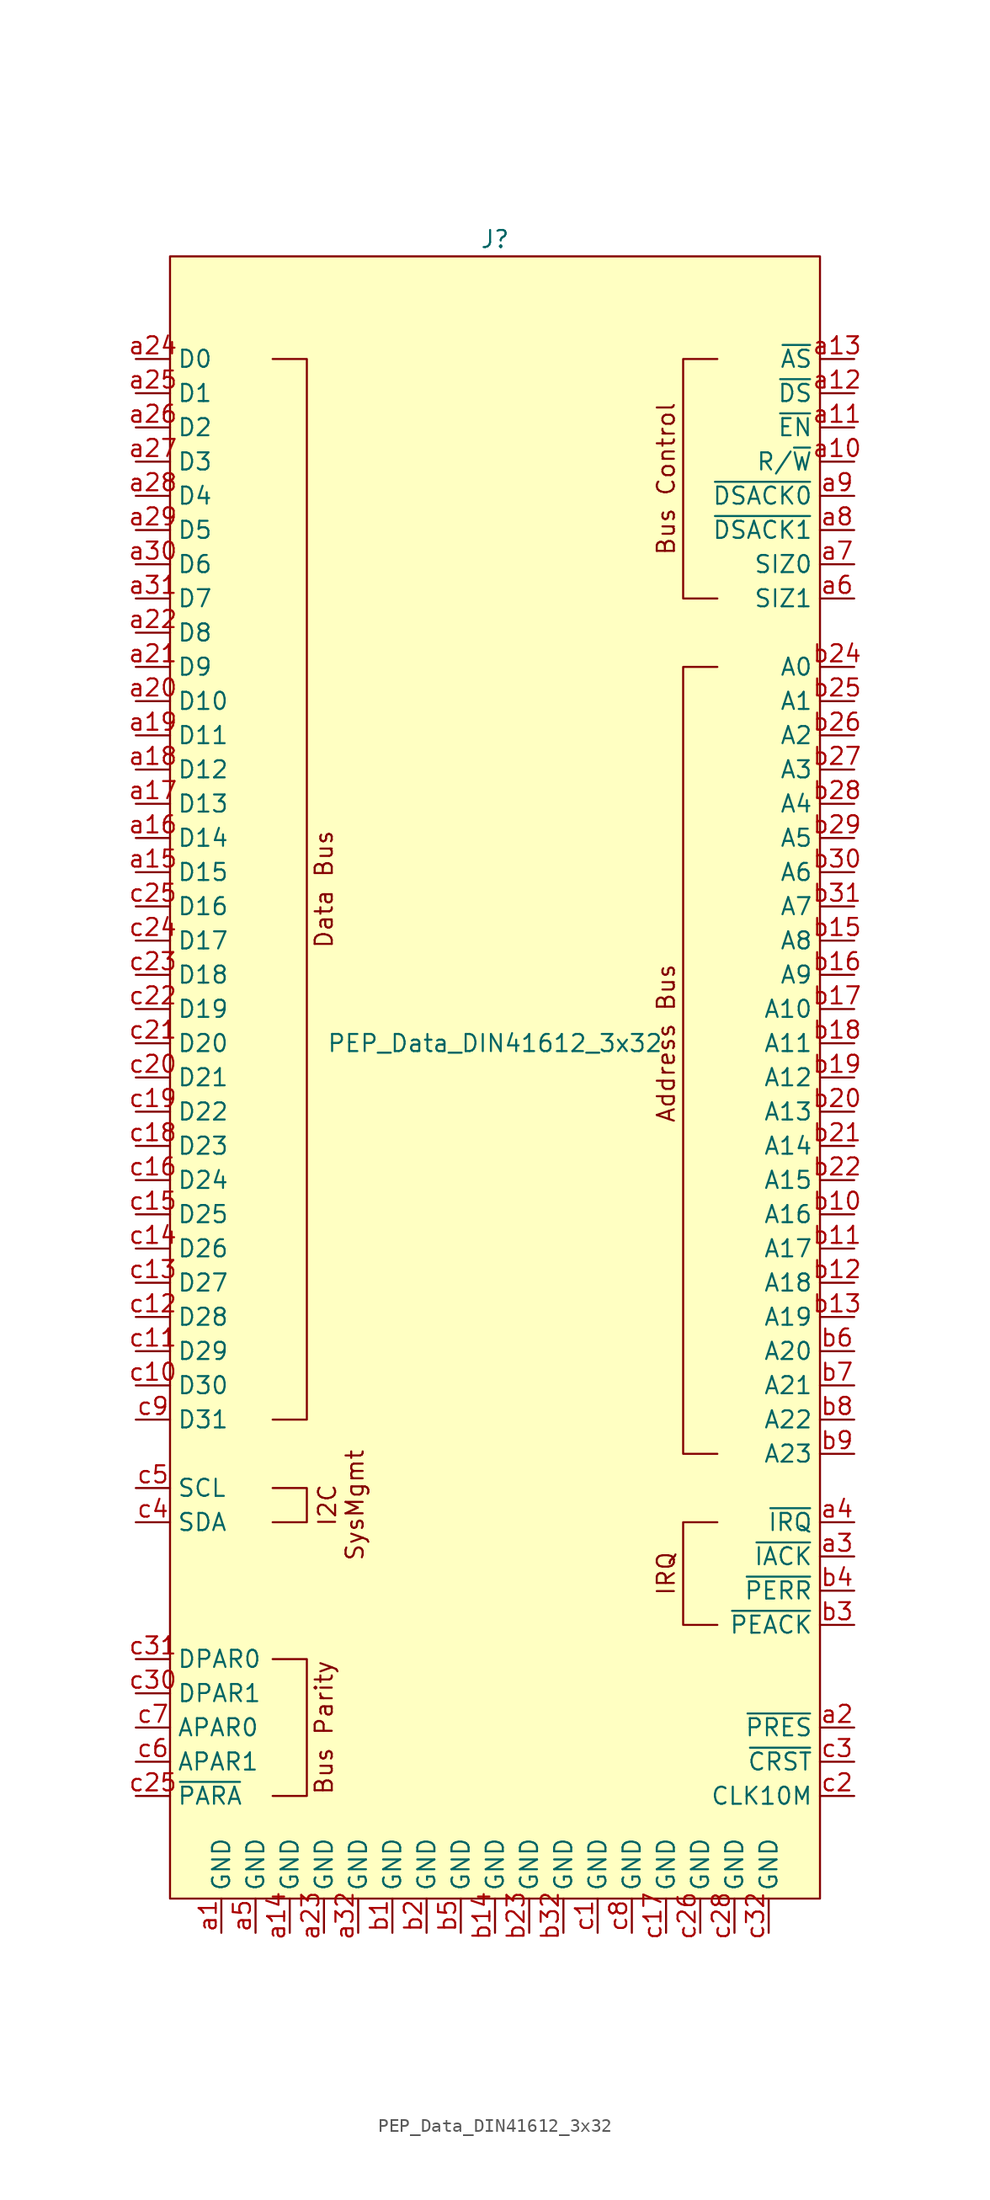
<source format=kicad_sym>
(kicad_symbol_lib
  (version 20220914)
  (generator kicad_symbol_editor)
  (symbol "PEP_Data_DIN41612_3x32"
    (property "Reference" "J"
      (at 0 59.69 0)
      (effects (font (size 1.27 1.27))))
    (property "Value" "PEP_Data_DIN41612_3x32"
      (at 0 0 0)
      (effects (font (size 1.27 1.27))))
    (symbol "PEP_Data_DIN41612_3x32_0_1"
      (polyline (pts (xy -16.51 50.8) (xy -13.97 50.8) (xy -13.97 -27.94) (xy -16.51 -27.94)) (stroke (width 0) (type default)) (fill (type none))))
    (symbol "PEP_Data_DIN41612_3x32_1_1"
      (rectangle (start -24.13 58.42) (end 24.13 -63.5) (stroke (width 0) (type default)) (fill (type background)))
      (polyline (pts (xy -16.51 -45.72) (xy -13.97 -45.72) (xy -13.97 -55.88) (xy -16.51 -55.88)) (stroke (width 0) (type default)) (fill (type none)))
      (polyline (pts (xy -16.51 -33.02) (xy -13.97 -33.02) (xy -13.97 -35.56) (xy -16.51 -35.56)) (stroke (width 0) (type default)) (fill (type none)))
      (polyline (pts (xy 16.51 -35.56) (xy 13.97 -35.56) (xy 13.97 -43.18) (xy 16.51 -43.18)) (stroke (width 0) (type default)) (fill (type none)))
      (polyline (pts (xy 16.51 27.94) (xy 13.97 27.94) (xy 13.97 -30.48) (xy 16.51 -30.48)) (stroke (width 0) (type default)) (fill (type none)))
      (polyline (pts (xy 16.51 50.8) (xy 13.97 50.8) (xy 13.97 33.02) (xy 16.51 33.02)) (stroke (width 0) (type default)) (fill (type none)))
      (text "Address Bus" (at 12.7 0 900) (effects (font (size 1.27 1.27))))
      (text "Bus Control" (at 12.7 41.91 900) (effects (font (size 1.27 1.27))))
      (text "Bus Parity" (at -12.7 -50.8 900) (effects (font (size 1.27 1.27))))
      (text "Data Bus" (at -12.7 11.43 900) (effects (font (size 1.27 1.27))))
      (text "I2C\nSysMgmt" (at -11.43 -34.29 900) (effects (font (size 1.27 1.27))))
      (text "IRQ" (at 12.7 -39.37 900) (effects (font (size 1.27 1.27))))
      (pin power_in line (at -20.32 -66.04 90) (length 2.54) (name "GND" (effects (font (size 1.27 1.27)))) (number "a1" (effects (font (size 1.27 1.27)))))
      (pin input line (at 26.67 43.18 180) (length 2.54) (name "R/~{W}" (effects (font (size 1.27 1.27)))) (number "a10" (effects (font (size 1.27 1.27)))))
      (pin input line (at 26.67 45.72 180) (length 2.54) (name "~{EN}" (effects (font (size 1.27 1.27)))) (number "a11" (effects (font (size 1.27 1.27)))))
      (pin input line (at 26.67 48.26 180) (length 2.54) (name "~{DS}" (effects (font (size 1.27 1.27)))) (number "a12" (effects (font (size 1.27 1.27)))))
      (pin input line (at 26.67 50.8 180) (length 2.54) (name "~{AS}" (effects (font (size 1.27 1.27)))) (number "a13" (effects (font (size 1.27 1.27)))))
      (pin power_in line (at -15.24 -66.04 90) (length 2.54) (name "GND" (effects (font (size 1.27 1.27)))) (number "a14" (effects (font (size 1.27 1.27)))))
      (pin bidirectional line (at -26.67 12.7 0) (length 2.54) (name "D15" (effects (font (size 1.27 1.27)))) (number "a15" (effects (font (size 1.27 1.27)))))
      (pin bidirectional line (at -26.67 15.24 0) (length 2.54) (name "D14" (effects (font (size 1.27 1.27)))) (number "a16" (effects (font (size 1.27 1.27)))))
      (pin bidirectional line (at -26.67 17.78 0) (length 2.54) (name "D13" (effects (font (size 1.27 1.27)))) (number "a17" (effects (font (size 1.27 1.27)))))
      (pin bidirectional line (at -26.67 20.32 0) (length 2.54) (name "D12" (effects (font (size 1.27 1.27)))) (number "a18" (effects (font (size 1.27 1.27)))))
      (pin bidirectional line (at -26.67 22.86 0) (length 2.54) (name "D11" (effects (font (size 1.27 1.27)))) (number "a19" (effects (font (size 1.27 1.27)))))
      (pin output line (at 26.67 -50.8 180) (length 2.54) (name "~{PRES}" (effects (font (size 1.27 1.27)))) (number "a2" (effects (font (size 1.27 1.27)))))
      (pin bidirectional line (at -26.67 25.4 0) (length 2.54) (name "D10" (effects (font (size 1.27 1.27)))) (number "a20" (effects (font (size 1.27 1.27)))))
      (pin bidirectional line (at -26.67 27.94 0) (length 2.54) (name "D9" (effects (font (size 1.27 1.27)))) (number "a21" (effects (font (size 1.27 1.27)))))
      (pin bidirectional line (at -26.67 30.48 0) (length 2.54) (name "D8" (effects (font (size 1.27 1.27)))) (number "a22" (effects (font (size 1.27 1.27)))))
      (pin power_in line (at -12.7 -66.04 90) (length 2.54) (name "GND" (effects (font (size 1.27 1.27)))) (number "a23" (effects (font (size 1.27 1.27)))))
      (pin bidirectional line (at -26.67 50.8 0) (length 2.54) (name "D0" (effects (font (size 1.27 1.27)))) (number "a24" (effects (font (size 1.27 1.27)))))
      (pin bidirectional line (at -26.67 48.26 0) (length 2.54) (name "D1" (effects (font (size 1.27 1.27)))) (number "a25" (effects (font (size 1.27 1.27)))))
      (pin bidirectional line (at -26.67 45.72 0) (length 2.54) (name "D2" (effects (font (size 1.27 1.27)))) (number "a26" (effects (font (size 1.27 1.27)))))
      (pin bidirectional line (at -26.67 43.18 0) (length 2.54) (name "D3" (effects (font (size 1.27 1.27)))) (number "a27" (effects (font (size 1.27 1.27)))))
      (pin bidirectional line (at -26.67 40.64 0) (length 2.54) (name "D4" (effects (font (size 1.27 1.27)))) (number "a28" (effects (font (size 1.27 1.27)))))
      (pin bidirectional line (at -26.67 38.1 0) (length 2.54) (name "D5" (effects (font (size 1.27 1.27)))) (number "a29" (effects (font (size 1.27 1.27)))))
      (pin input line (at 26.67 -38.1 180) (length 2.54) (name "~{IACK}" (effects (font (size 1.27 1.27)))) (number "a3" (effects (font (size 1.27 1.27)))))
      (pin bidirectional line (at -26.67 35.56 0) (length 2.54) (name "D6" (effects (font (size 1.27 1.27)))) (number "a30" (effects (font (size 1.27 1.27)))))
      (pin bidirectional line (at -26.67 33.02 0) (length 2.54) (name "D7" (effects (font (size 1.27 1.27)))) (number "a31" (effects (font (size 1.27 1.27)))))
      (pin power_in line (at -10.16 -66.04 90) (length 2.54) (name "GND" (effects (font (size 1.27 1.27)))) (number "a32" (effects (font (size 1.27 1.27)))))
      (pin output line (at 26.67 -35.56 180) (length 2.54) (name "~{IRQ}" (effects (font (size 1.27 1.27)))) (number "a4" (effects (font (size 1.27 1.27)))))
      (pin power_in line (at -17.78 -66.04 90) (length 2.54) (name "GND" (effects (font (size 1.27 1.27)))) (number "a5" (effects (font (size 1.27 1.27)))))
      (pin output line (at 26.67 33.02 180) (length 2.54) (name "SIZ1" (effects (font (size 1.27 1.27)))) (number "a6" (effects (font (size 1.27 1.27)))))
      (pin output line (at 26.67 35.56 180) (length 2.54) (name "SIZ0" (effects (font (size 1.27 1.27)))) (number "a7" (effects (font (size 1.27 1.27)))))
      (pin output line (at 26.67 38.1 180) (length 2.54) (name "~{DSACK1}" (effects (font (size 1.27 1.27)))) (number "a8" (effects (font (size 1.27 1.27)))))
      (pin output line (at 26.67 40.64 180) (length 2.54) (name "~{DSACK0}" (effects (font (size 1.27 1.27)))) (number "a9" (effects (font (size 1.27 1.27)))))
      (pin power_in line (at -7.62 -66.04 90) (length 2.54) (name "GND" (effects (font (size 1.27 1.27)))) (number "b1" (effects (font (size 1.27 1.27)))))
      (pin input line (at 26.67 -12.7 180) (length 2.54) (name "A16" (effects (font (size 1.27 1.27)))) (number "b10" (effects (font (size 1.27 1.27)))))
      (pin input line (at 26.67 -15.24 180) (length 2.54) (name "A17" (effects (font (size 1.27 1.27)))) (number "b11" (effects (font (size 1.27 1.27)))))
      (pin input line (at 26.67 -17.78 180) (length 2.54) (name "A18" (effects (font (size 1.27 1.27)))) (number "b12" (effects (font (size 1.27 1.27)))))
      (pin input line (at 26.67 -20.32 180) (length 2.54) (name "A19" (effects (font (size 1.27 1.27)))) (number "b13" (effects (font (size 1.27 1.27)))))
      (pin power_in line (at 0 -66.04 90) (length 2.54) (name "GND" (effects (font (size 1.27 1.27)))) (number "b14" (effects (font (size 1.27 1.27)))))
      (pin input line (at 26.67 7.62 180) (length 2.54) (name "A8" (effects (font (size 1.27 1.27)))) (number "b15" (effects (font (size 1.27 1.27)))))
      (pin input line (at 26.67 5.08 180) (length 2.54) (name "A9" (effects (font (size 1.27 1.27)))) (number "b16" (effects (font (size 1.27 1.27)))))
      (pin input line (at 26.67 2.54 180) (length 2.54) (name "A10" (effects (font (size 1.27 1.27)))) (number "b17" (effects (font (size 1.27 1.27)))))
      (pin input line (at 26.67 0 180) (length 2.54) (name "A11" (effects (font (size 1.27 1.27)))) (number "b18" (effects (font (size 1.27 1.27)))))
      (pin input line (at 26.67 -2.54 180) (length 2.54) (name "A12" (effects (font (size 1.27 1.27)))) (number "b19" (effects (font (size 1.27 1.27)))))
      (pin power_in line (at -5.08 -66.04 90) (length 2.54) (name "GND" (effects (font (size 1.27 1.27)))) (number "b2" (effects (font (size 1.27 1.27)))))
      (pin input line (at 26.67 -5.08 180) (length 2.54) (name "A13" (effects (font (size 1.27 1.27)))) (number "b20" (effects (font (size 1.27 1.27)))))
      (pin input line (at 26.67 -7.62 180) (length 2.54) (name "A14" (effects (font (size 1.27 1.27)))) (number "b21" (effects (font (size 1.27 1.27)))))
      (pin input line (at 26.67 -10.16 180) (length 2.54) (name "A15" (effects (font (size 1.27 1.27)))) (number "b22" (effects (font (size 1.27 1.27)))))
      (pin power_in line (at 2.54 -66.04 90) (length 2.54) (name "GND" (effects (font (size 1.27 1.27)))) (number "b23" (effects (font (size 1.27 1.27)))))
      (pin input line (at 26.67 27.94 180) (length 2.54) (name "A0" (effects (font (size 1.27 1.27)))) (number "b24" (effects (font (size 1.27 1.27)))))
      (pin input line (at 26.67 25.4 180) (length 2.54) (name "A1" (effects (font (size 1.27 1.27)))) (number "b25" (effects (font (size 1.27 1.27)))))
      (pin input line (at 26.67 22.86 180) (length 2.54) (name "A2" (effects (font (size 1.27 1.27)))) (number "b26" (effects (font (size 1.27 1.27)))))
      (pin input line (at 26.67 20.32 180) (length 2.54) (name "A3" (effects (font (size 1.27 1.27)))) (number "b27" (effects (font (size 1.27 1.27)))))
      (pin input line (at 26.67 17.78 180) (length 2.54) (name "A4" (effects (font (size 1.27 1.27)))) (number "b28" (effects (font (size 1.27 1.27)))))
      (pin input line (at 26.67 15.24 180) (length 2.54) (name "A5" (effects (font (size 1.27 1.27)))) (number "b29" (effects (font (size 1.27 1.27)))))
      (pin input line (at 26.67 -43.18 180) (length 2.54) (name "~{PEACK}" (effects (font (size 1.27 1.27)))) (number "b3" (effects (font (size 1.27 1.27)))))
      (pin input line (at 26.67 12.7 180) (length 2.54) (name "A6" (effects (font (size 1.27 1.27)))) (number "b30" (effects (font (size 1.27 1.27)))))
      (pin input line (at 26.67 10.16 180) (length 2.54) (name "A7" (effects (font (size 1.27 1.27)))) (number "b31" (effects (font (size 1.27 1.27)))))
      (pin power_in line (at 5.08 -66.04 90) (length 2.54) (name "GND" (effects (font (size 1.27 1.27)))) (number "b32" (effects (font (size 1.27 1.27)))))
      (pin output line (at 26.67 -40.64 180) (length 2.54) (name "~{PERR}" (effects (font (size 1.27 1.27)))) (number "b4" (effects (font (size 1.27 1.27)))))
      (pin power_in line (at -2.54 -66.04 90) (length 2.54) (name "GND" (effects (font (size 1.27 1.27)))) (number "b5" (effects (font (size 1.27 1.27)))))
      (pin input line (at 26.67 -22.86 180) (length 2.54) (name "A20" (effects (font (size 1.27 1.27)))) (number "b6" (effects (font (size 1.27 1.27)))))
      (pin input line (at 26.67 -25.4 180) (length 2.54) (name "A21" (effects (font (size 1.27 1.27)))) (number "b7" (effects (font (size 1.27 1.27)))))
      (pin input line (at 26.67 -27.94 180) (length 2.54) (name "A22" (effects (font (size 1.27 1.27)))) (number "b8" (effects (font (size 1.27 1.27)))))
      (pin input line (at 26.67 -30.48 180) (length 2.54) (name "A23" (effects (font (size 1.27 1.27)))) (number "b9" (effects (font (size 1.27 1.27)))))
      (pin power_in line (at 7.62 -66.04 90) (length 2.54) (name "GND" (effects (font (size 1.27 1.27)))) (number "c1" (effects (font (size 1.27 1.27)))))
      (pin bidirectional line (at -26.67 -25.4 0) (length 2.54) (name "D30" (effects (font (size 1.27 1.27)))) (number "c10" (effects (font (size 1.27 1.27)))))
      (pin bidirectional line (at -26.67 -22.86 0) (length 2.54) (name "D29" (effects (font (size 1.27 1.27)))) (number "c11" (effects (font (size 1.27 1.27)))))
      (pin bidirectional line (at -26.67 -20.32 0) (length 2.54) (name "D28" (effects (font (size 1.27 1.27)))) (number "c12" (effects (font (size 1.27 1.27)))))
      (pin bidirectional line (at -26.67 -17.78 0) (length 2.54) (name "D27" (effects (font (size 1.27 1.27)))) (number "c13" (effects (font (size 1.27 1.27)))))
      (pin bidirectional line (at -26.67 -15.24 0) (length 2.54) (name "D26" (effects (font (size 1.27 1.27)))) (number "c14" (effects (font (size 1.27 1.27)))))
      (pin bidirectional line (at -26.67 -12.7 0) (length 2.54) (name "D25" (effects (font (size 1.27 1.27)))) (number "c15" (effects (font (size 1.27 1.27)))))
      (pin bidirectional line (at -26.67 -10.16 0) (length 2.54) (name "D24" (effects (font (size 1.27 1.27)))) (number "c16" (effects (font (size 1.27 1.27)))))
      (pin power_in line (at 12.7 -66.04 90) (length 2.54) (name "GND" (effects (font (size 1.27 1.27)))) (number "c17" (effects (font (size 1.27 1.27)))))
      (pin bidirectional line (at -26.67 -7.62 0) (length 2.54) (name "D23" (effects (font (size 1.27 1.27)))) (number "c18" (effects (font (size 1.27 1.27)))))
      (pin bidirectional line (at -26.67 -5.08 0) (length 2.54) (name "D22" (effects (font (size 1.27 1.27)))) (number "c19" (effects (font (size 1.27 1.27)))))
      (pin input line (at 26.67 -55.88 180) (length 2.54) (name "CLK10M" (effects (font (size 1.27 1.27)))) (number "c2" (effects (font (size 1.27 1.27)))))
      (pin bidirectional line (at -26.67 -2.54 0) (length 2.54) (name "D21" (effects (font (size 1.27 1.27)))) (number "c20" (effects (font (size 1.27 1.27)))))
      (pin bidirectional line (at -26.67 0 0) (length 2.54) (name "D20" (effects (font (size 1.27 1.27)))) (number "c21" (effects (font (size 1.27 1.27)))))
      (pin bidirectional line (at -26.67 2.54 0) (length 2.54) (name "D19" (effects (font (size 1.27 1.27)))) (number "c22" (effects (font (size 1.27 1.27)))))
      (pin bidirectional line (at -26.67 5.08 0) (length 2.54) (name "D18" (effects (font (size 1.27 1.27)))) (number "c23" (effects (font (size 1.27 1.27)))))
      (pin bidirectional line (at -26.67 7.62 0) (length 2.54) (name "D17" (effects (font (size 1.27 1.27)))) (number "c24" (effects (font (size 1.27 1.27)))))
      (pin bidirectional line (at -26.67 10.16 0) (length 2.54) (name "D16" (effects (font (size 1.27 1.27)))) (number "c25" (effects (font (size 1.27 1.27)))))
      (pin output line (at -26.67 -55.88 0) (length 2.54) (name "~{PARA}" (effects (font (size 1.27 1.27)))) (number "c25" (effects (font (size 1.27 1.27)))))
      (pin power_in line (at 15.24 -66.04 90) (length 2.54) (name "GND" (effects (font (size 1.27 1.27)))) (number "c26" (effects (font (size 1.27 1.27)))))
      (pin no_connect line (at -26.67 -62.23 0) (length 2.54) hide (name "NC" (effects (font (size 1.27 1.27)))) (number "c27" (effects (font (size 1.27 1.27)))))
      (pin power_in line (at 17.78 -66.04 90) (length 2.54) (name "GND" (effects (font (size 1.27 1.27)))) (number "c28" (effects (font (size 1.27 1.27)))))
      (pin no_connect line (at -26.67 -62.23 0) (length 2.54) hide (name "NC" (effects (font (size 1.27 1.27)))) (number "c29" (effects (font (size 1.27 1.27)))))
      (pin input line (at 26.67 -53.34 180) (length 2.54) (name "~{CRST}" (effects (font (size 1.27 1.27)))) (number "c3" (effects (font (size 1.27 1.27)))))
      (pin bidirectional line (at -26.67 -48.26 0) (length 2.54) (name "DPAR1" (effects (font (size 1.27 1.27)))) (number "c30" (effects (font (size 1.27 1.27)))))
      (pin bidirectional line (at -26.67 -45.72 0) (length 2.54) (name "DPAR0" (effects (font (size 1.27 1.27)))) (number "c31" (effects (font (size 1.27 1.27)))))
      (pin power_in line (at 20.32 -66.04 90) (length 2.54) (name "GND" (effects (font (size 1.27 1.27)))) (number "c32" (effects (font (size 1.27 1.27)))))
      (pin bidirectional line (at -26.67 -35.56 0) (length 2.54) (name "SDA" (effects (font (size 1.27 1.27)))) (number "c4" (effects (font (size 1.27 1.27)))))
      (pin input line (at -26.67 -33.02 0) (length 2.54) (name "SCL" (effects (font (size 1.27 1.27)))) (number "c5" (effects (font (size 1.27 1.27)))))
      (pin input line (at -26.67 -53.34 0) (length 2.54) (name "APAR1" (effects (font (size 1.27 1.27)))) (number "c6" (effects (font (size 1.27 1.27)))))
      (pin input line (at -26.67 -50.8 0) (length 2.54) (name "APAR0" (effects (font (size 1.27 1.27)))) (number "c7" (effects (font (size 1.27 1.27)))))
      (pin power_in line (at 10.16 -66.04 90) (length 2.54) (name "GND" (effects (font (size 1.27 1.27)))) (number "c8" (effects (font (size 1.27 1.27)))))
      (pin bidirectional line (at -26.67 -27.94 0) (length 2.54) (name "D31" (effects (font (size 1.27 1.27)))) (number "c9" (effects (font (size 1.27 1.27))))))))
</source>
